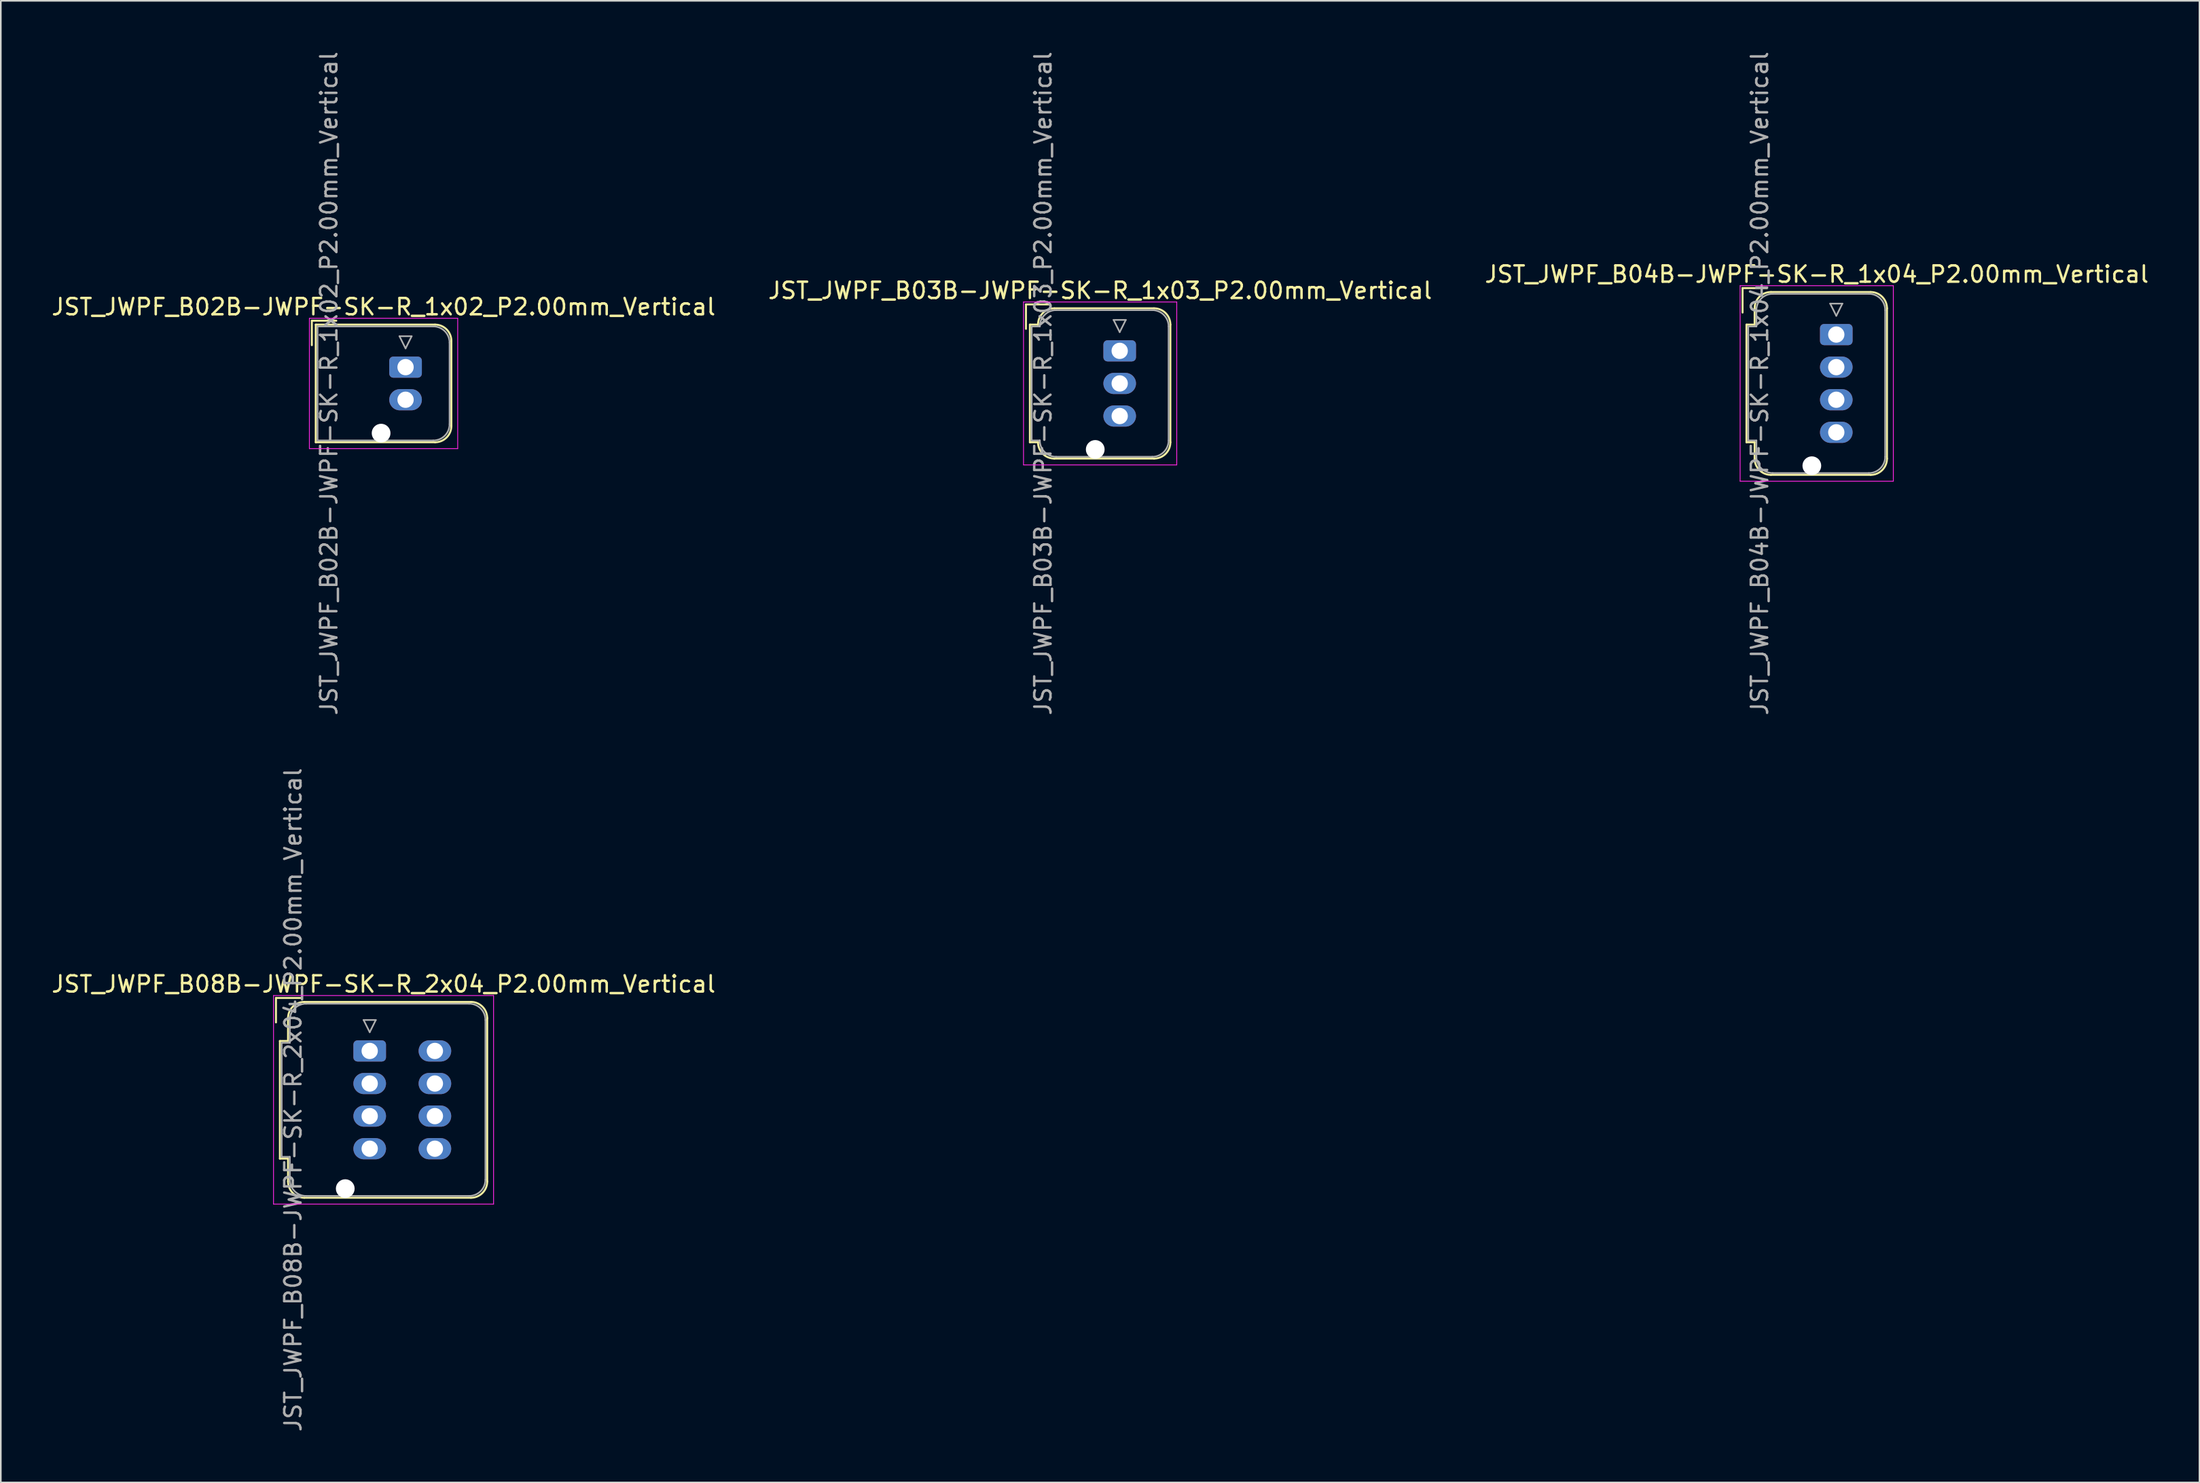
<source format=kicad_pcb>
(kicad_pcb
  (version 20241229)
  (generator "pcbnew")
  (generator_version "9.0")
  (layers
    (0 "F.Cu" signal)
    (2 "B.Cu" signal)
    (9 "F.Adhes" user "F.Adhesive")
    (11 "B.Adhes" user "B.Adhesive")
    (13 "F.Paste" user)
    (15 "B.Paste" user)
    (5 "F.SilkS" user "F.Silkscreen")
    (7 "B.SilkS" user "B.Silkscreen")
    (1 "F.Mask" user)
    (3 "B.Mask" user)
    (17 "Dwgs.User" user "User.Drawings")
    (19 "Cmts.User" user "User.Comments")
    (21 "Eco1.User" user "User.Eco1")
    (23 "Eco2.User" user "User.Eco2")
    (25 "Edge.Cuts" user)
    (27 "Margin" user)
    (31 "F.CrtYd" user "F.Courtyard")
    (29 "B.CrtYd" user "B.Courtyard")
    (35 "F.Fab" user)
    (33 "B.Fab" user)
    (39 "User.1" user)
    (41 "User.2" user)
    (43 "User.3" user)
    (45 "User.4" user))
  (footprint "JST_JWPF_B08B-JWPF-SK-R_2x04_P2.00mm_Vertical"
    (layer "F.Cu")
    (at 19.632 61.446)
    (property "Reference" "JST_JWPF_B08B-JWPF-SK-R_2x04_P2.00mm_Vertical" (at 0.85 -4.1 0) (layer "F.SilkS") (effects (font (size 1 1) (thickness 0.15))))
    (attr through_hole)
    (fp_line (start -5.75 -3.25) (end -4.25 -3.25) (stroke (width 0.12) (type solid)) (layer "F.SilkS"))
    (fp_line (start -5.75 -1.75) (end -5.75 -3.25) (stroke (width 0.12) (type solid)) (layer "F.SilkS"))
    (fp_line (start -5.51 -0.61) (end -5.51 6.61) (stroke (width 0.12) (type solid)) (layer "F.SilkS"))
    (fp_line (start -5.51 6.61) (end -5.01 6.61) (stroke (width 0.12) (type solid)) (layer "F.SilkS"))
    (fp_line (start -5.01 -2.01) (end -5.01 -0.61) (stroke (width 0.12) (type solid)) (layer "F.SilkS"))
    (fp_line (start -5.01 -0.61) (end -5.51 -0.61) (stroke (width 0.12) (type solid)) (layer "F.SilkS"))
    (fp_line (start -5.01 6.61) (end -5.01 8.01) (stroke (width 0.12) (type solid)) (layer "F.SilkS"))
    (fp_line (start -4.01 -3.01) (end 6.21 -3.01) (stroke (width 0.12) (type solid)) (layer "F.SilkS"))
    (fp_line (start -4.01 9.01) (end 6.21 9.01) (stroke (width 0.12) (type solid)) (layer "F.SilkS"))
    (fp_line (start 7.21 -2.01) (end 7.21 8.01) (stroke (width 0.12) (type solid)) (layer "F.SilkS"))
    (fp_arc (start -5.01 -2.01) (mid -4.717107 -2.717107) (end -4.01 -3.01) (stroke (width 0.12) (type solid)) (layer "F.SilkS"))
    (fp_arc (start -4.01 9.01) (mid -4.717107 8.717107) (end -5.01 8.01) (stroke (width 0.12) (type solid)) (layer "F.SilkS"))
    (fp_arc (start 6.21 -3.01) (mid 6.917107 -2.717107) (end 7.21 -2.01) (stroke (width 0.12) (type solid)) (layer "F.SilkS"))
    (fp_arc (start 7.21 8.01) (mid 6.917107 8.717107) (end 6.21 9.01) (stroke (width 0.12) (type solid)) (layer "F.SilkS"))
    (fp_line (start -5.9 -3.4) (end -5.9 9.4) (stroke (width 0.05) (type solid)) (layer "F.CrtYd"))
    (fp_line (start -5.9 9.4) (end 7.6 9.4) (stroke (width 0.05) (type solid)) (layer "F.CrtYd"))
    (fp_line (start 7.6 -3.4) (end -5.9 -3.4) (stroke (width 0.05) (type solid)) (layer "F.CrtYd"))
    (fp_line (start 7.6 9.4) (end 7.6 -3.4) (stroke (width 0.05) (type solid)) (layer "F.CrtYd"))
    (fp_line (start -5.4 -0.5) (end -5.4 6.5) (stroke (width 0.1) (type solid)) (layer "F.Fab"))
    (fp_line (start -5.4 6.5) (end -4.9 6.5) (stroke (width 0.1) (type solid)) (layer "F.Fab"))
    (fp_line (start -4.9 -1.9) (end -4.9 -0.5) (stroke (width 0.1) (type solid)) (layer "F.Fab"))
    (fp_line (start -4.9 -0.5) (end -5.4 -0.5) (stroke (width 0.1) (type solid)) (layer "F.Fab"))
    (fp_line (start -4.9 6.5) (end -4.9 7.9) (stroke (width 0.1) (type solid)) (layer "F.Fab"))
    (fp_line (start -3.9 -2.9) (end 6.1 -2.9) (stroke (width 0.1) (type solid)) (layer "F.Fab"))
    (fp_line (start -3.9 8.9) (end 6.1 8.9) (stroke (width 0.1) (type solid)) (layer "F.Fab"))
    (fp_line (start -0.375 -1.9) (end 0.375 -1.9) (stroke (width 0.1) (type solid)) (layer "F.Fab"))
    (fp_line (start 0 -1.15) (end -0.375 -1.9) (stroke (width 0.1) (type solid)) (layer "F.Fab"))
    (fp_line (start 0.375 -1.9) (end 0 -1.15) (stroke (width 0.1) (type solid)) (layer "F.Fab"))
    (fp_line (start 7.1 -1.9) (end 7.1 7.9) (stroke (width 0.1) (type solid)) (layer "F.Fab"))
    (fp_arc (start -4.9 -1.9) (mid -4.607107 -2.607107) (end -3.9 -2.9) (stroke (width 0.1) (type solid)) (layer "F.Fab"))
    (fp_arc (start -3.9 8.9) (mid -4.607107 8.607107) (end -4.9 7.9) (stroke (width 0.1) (type solid)) (layer "F.Fab"))
    (fp_arc (start 6.1 -2.9) (mid 6.807107 -2.607107) (end 7.1 -1.9) (stroke (width 0.1) (type solid)) (layer "F.Fab"))
    (fp_arc (start 7.1 7.9) (mid 6.807107 8.607107) (end 6.1 8.9) (stroke (width 0.1) (type solid)) (layer "F.Fab"))
    (fp_text user "${REFERENCE}" (at -4.7 3 90) (layer "F.Fab") (effects (font (size 1 1) (thickness 0.15))))
    (pad "" np_thru_hole circle (at -1.5 8.45) (size 1.15 1.15) (drill 1.15) (layers "*.Cu" "*.Mask"))
    (pad "1" thru_hole roundrect (at 0 0) (size 2 1.3) (drill 1) (layers "*.Cu" "*.Mask") (roundrect_rratio 0.192))
    (pad "2" thru_hole oval (at 0 2) (size 2 1.3) (drill 1) (layers "*.Cu" "*.Mask"))
    (pad "3" thru_hole oval (at 0 4) (size 2 1.3) (drill 1) (layers "*.Cu" "*.Mask"))
    (pad "4" thru_hole oval (at 0 6) (size 2 1.3) (drill 1) (layers "*.Cu" "*.Mask"))
    (pad "5" thru_hole oval (at 4 0) (size 2 1.3) (drill 1) (layers "*.Cu" "*.Mask"))
    (pad "6" thru_hole oval (at 4 2) (size 2 1.3) (drill 1) (layers "*.Cu" "*.Mask"))
    (pad "7" thru_hole oval (at 4 4) (size 2 1.3) (drill 1) (layers "*.Cu" "*.Mask"))
    (pad "8" thru_hole oval (at 4 6) (size 2 1.3) (drill 1) (layers "*.Cu" "*.Mask")))
  (footprint "JST_JWPF_B02B-JWPF-SK-R_1x02_P2.00mm_Vertical"
    (layer "F.Cu")
    (at 21.832 19.482)
    (property "Reference" "JST_JWPF_B02B-JWPF-SK-R_1x02_P2.00mm_Vertical" (at -1.35 -3.7 0) (layer "F.SilkS") (effects (font (size 1 1) (thickness 0.15))))
    (attr through_hole)
    (fp_line (start -5.75 -2.85) (end -4.25 -2.85) (stroke (width 0.12) (type solid)) (layer "F.SilkS"))
    (fp_line (start -5.75 -1.35) (end -5.75 -2.85) (stroke (width 0.12) (type solid)) (layer "F.SilkS"))
    (fp_line (start -5.51 -2.61) (end -5.51 4.61) (stroke (width 0.12) (type solid)) (layer "F.SilkS"))
    (fp_line (start -5.51 4.61) (end 1.81 4.61) (stroke (width 0.12) (type solid)) (layer "F.SilkS"))
    (fp_line (start 1.81 -2.61) (end -5.51 -2.61) (stroke (width 0.12) (type solid)) (layer "F.SilkS"))
    (fp_line (start 2.81 -1.61) (end 2.81 3.61) (stroke (width 0.12) (type solid)) (layer "F.SilkS"))
    (fp_arc (start 1.81 -2.61) (mid 2.517107 -2.317107) (end 2.81 -1.61) (stroke (width 0.12) (type solid)) (layer "F.SilkS"))
    (fp_arc (start 2.81 3.61) (mid 2.517107 4.317107) (end 1.81 4.61) (stroke (width 0.12) (type solid)) (layer "F.SilkS"))
    (fp_line (start -5.9 -3) (end -5.9 5) (stroke (width 0.05) (type solid)) (layer "F.CrtYd"))
    (fp_line (start -5.9 5) (end 3.2 5) (stroke (width 0.05) (type solid)) (layer "F.CrtYd"))
    (fp_line (start 3.2 -3) (end -5.9 -3) (stroke (width 0.05) (type solid)) (layer "F.CrtYd"))
    (fp_line (start 3.2 5) (end 3.2 -3) (stroke (width 0.05) (type solid)) (layer "F.CrtYd"))
    (fp_line (start -5.4 -2.5) (end -5.4 4.5) (stroke (width 0.1) (type solid)) (layer "F.Fab"))
    (fp_line (start -5.4 4.5) (end 1.7 4.5) (stroke (width 0.1) (type solid)) (layer "F.Fab"))
    (fp_line (start -0.375 -1.9) (end 0.375 -1.9) (stroke (width 0.1) (type solid)) (layer "F.Fab"))
    (fp_line (start 0 -1.15) (end -0.375 -1.9) (stroke (width 0.1) (type solid)) (layer "F.Fab"))
    (fp_line (start 0.375 -1.9) (end 0 -1.15) (stroke (width 0.1) (type solid)) (layer "F.Fab"))
    (fp_line (start 1.7 -2.5) (end -5.4 -2.5) (stroke (width 0.1) (type solid)) (layer "F.Fab"))
    (fp_line (start 2.7 -1.5) (end 2.7 3.5) (stroke (width 0.1) (type solid)) (layer "F.Fab"))
    (fp_arc (start 1.7 -2.5) (mid 2.407107 -2.207107) (end 2.7 -1.5) (stroke (width 0.1) (type solid)) (layer "F.Fab"))
    (fp_arc (start 2.7 3.5) (mid 2.407107 4.207107) (end 1.7 4.5) (stroke (width 0.1) (type solid)) (layer "F.Fab"))
    (fp_text user "${REFERENCE}" (at -4.7 1 90) (layer "F.Fab") (effects (font (size 1 1) (thickness 0.15))))
    (pad "" np_thru_hole circle (at -1.5 4.05) (size 1.15 1.15) (drill 1.15) (layers "*.Cu" "*.Mask"))
    (pad "1" thru_hole roundrect (at 0 0) (size 2 1.3) (drill 1) (layers "*.Cu" "*.Mask") (roundrect_rratio 0.192))
    (pad "2" thru_hole oval (at 0 2) (size 2 1.3) (drill 1) (layers "*.Cu" "*.Mask")))
  (footprint "JST_JWPF_B04B-JWPF-SK-R_1x04_P2.00mm_Vertical"
    (layer "F.Cu")
    (at 109.611 17.482)
    (property "Reference" "JST_JWPF_B04B-JWPF-SK-R_1x04_P2.00mm_Vertical" (at -1.2 -3.7 0) (layer "F.SilkS") (effects (font (size 1 1) (thickness 0.15))))
    (attr through_hole)
    (fp_line (start -5.75 -2.85) (end -4.25 -2.85) (stroke (width 0.12) (type solid)) (layer "F.SilkS"))
    (fp_line (start -5.75 -1.35) (end -5.75 -2.85) (stroke (width 0.12) (type solid)) (layer "F.SilkS"))
    (fp_line (start -5.51 -0.61) (end -5.51 6.61) (stroke (width 0.12) (type solid)) (layer "F.SilkS"))
    (fp_line (start -5.51 6.61) (end -5.01 6.61) (stroke (width 0.12) (type solid)) (layer "F.SilkS"))
    (fp_line (start -5.01 -1.61) (end -5.01 -0.61) (stroke (width 0.12) (type solid)) (layer "F.SilkS"))
    (fp_line (start -5.01 -0.61) (end -5.51 -0.61) (stroke (width 0.12) (type solid)) (layer "F.SilkS"))
    (fp_line (start -5.01 6.61) (end -5.01 7.61) (stroke (width 0.12) (type solid)) (layer "F.SilkS"))
    (fp_line (start -4.01 -2.61) (end 2.11 -2.61) (stroke (width 0.12) (type solid)) (layer "F.SilkS"))
    (fp_line (start -4.01 8.61) (end 2.11 8.61) (stroke (width 0.12) (type solid)) (layer "F.SilkS"))
    (fp_line (start 3.11 -1.61) (end 3.11 7.61) (stroke (width 0.12) (type solid)) (layer "F.SilkS"))
    (fp_arc (start -5.01 -1.61) (mid -4.717107 -2.317107) (end -4.01 -2.61) (stroke (width 0.12) (type solid)) (layer "F.SilkS"))
    (fp_arc (start -4.01 8.61) (mid -4.717107 8.317107) (end -5.01 7.61) (stroke (width 0.12) (type solid)) (layer "F.SilkS"))
    (fp_arc (start 2.11 -2.61) (mid 2.817107 -2.317107) (end 3.11 -1.61) (stroke (width 0.12) (type solid)) (layer "F.SilkS"))
    (fp_arc (start 3.11 7.61) (mid 2.817107 8.317107) (end 2.11 8.61) (stroke (width 0.12) (type solid)) (layer "F.SilkS"))
    (fp_line (start -5.9 -3) (end -5.9 9) (stroke (width 0.05) (type solid)) (layer "F.CrtYd"))
    (fp_line (start -5.9 9) (end 3.5 9) (stroke (width 0.05) (type solid)) (layer "F.CrtYd"))
    (fp_line (start 3.5 -3) (end -5.9 -3) (stroke (width 0.05) (type solid)) (layer "F.CrtYd"))
    (fp_line (start 3.5 9) (end 3.5 -3) (stroke (width 0.05) (type solid)) (layer "F.CrtYd"))
    (fp_line (start -5.4 -0.5) (end -5.4 6.5) (stroke (width 0.1) (type solid)) (layer "F.Fab"))
    (fp_line (start -5.4 6.5) (end -4.9 6.5) (stroke (width 0.1) (type solid)) (layer "F.Fab"))
    (fp_line (start -4.9 -1.5) (end -4.9 -0.5) (stroke (width 0.1) (type solid)) (layer "F.Fab"))
    (fp_line (start -4.9 -0.5) (end -5.4 -0.5) (stroke (width 0.1) (type solid)) (layer "F.Fab"))
    (fp_line (start -4.9 6.5) (end -4.9 7.5) (stroke (width 0.1) (type solid)) (layer "F.Fab"))
    (fp_line (start -3.9 -2.5) (end 2 -2.5) (stroke (width 0.1) (type solid)) (layer "F.Fab"))
    (fp_line (start -3.9 8.5) (end 2 8.5) (stroke (width 0.1) (type solid)) (layer "F.Fab"))
    (fp_line (start -0.375 -1.9) (end 0.375 -1.9) (stroke (width 0.1) (type solid)) (layer "F.Fab"))
    (fp_line (start 0 -1.15) (end -0.375 -1.9) (stroke (width 0.1) (type solid)) (layer "F.Fab"))
    (fp_line (start 0.375 -1.9) (end 0 -1.15) (stroke (width 0.1) (type solid)) (layer "F.Fab"))
    (fp_line (start 3 -1.5) (end 3 7.5) (stroke (width 0.1) (type solid)) (layer "F.Fab"))
    (fp_arc (start -4.9 -1.5) (mid -4.607107 -2.207107) (end -3.9 -2.5) (stroke (width 0.1) (type solid)) (layer "F.Fab"))
    (fp_arc (start -3.9 8.5) (mid -4.607107 8.207107) (end -4.9 7.5) (stroke (width 0.1) (type solid)) (layer "F.Fab"))
    (fp_arc (start 2 -2.5) (mid 2.707107 -2.207107) (end 3 -1.5) (stroke (width 0.1) (type solid)) (layer "F.Fab"))
    (fp_arc (start 3 7.5) (mid 2.707107 8.207107) (end 2 8.5) (stroke (width 0.1) (type solid)) (layer "F.Fab"))
    (fp_text user "${REFERENCE}" (at -4.7 3 90) (layer "F.Fab") (effects (font (size 1 1) (thickness 0.15))))
    (pad "" np_thru_hole circle (at -1.5 8.05) (size 1.15 1.15) (drill 1.15) (layers "*.Cu" "*.Mask"))
    (pad "1" thru_hole roundrect (at 0 0) (size 2 1.3) (drill 1) (layers "*.Cu" "*.Mask") (roundrect_rratio 0.192))
    (pad "2" thru_hole oval (at 0 2) (size 2 1.3) (drill 1) (layers "*.Cu" "*.Mask"))
    (pad "3" thru_hole oval (at 0 4) (size 2 1.3) (drill 1) (layers "*.Cu" "*.Mask"))
    (pad "4" thru_hole oval (at 0 6) (size 2 1.3) (drill 1) (layers "*.Cu" "*.Mask")))
  (footprint "JST_JWPF_B03B-JWPF-SK-R_1x03_P2.00mm_Vertical"
    (layer "F.Cu")
    (at 65.646 18.482)
    (property "Reference" "JST_JWPF_B03B-JWPF-SK-R_1x03_P2.00mm_Vertical" (at -1.2 -3.7 0) (layer "F.SilkS") (effects (font (size 1 1) (thickness 0.15))))
    (attr through_hole)
    (fp_line (start -5.75 -2.85) (end -4.25 -2.85) (stroke (width 0.12) (type solid)) (layer "F.SilkS"))
    (fp_line (start -5.75 -1.35) (end -5.75 -2.85) (stroke (width 0.12) (type solid)) (layer "F.SilkS"))
    (fp_line (start -5.51 -1.61) (end -5.51 5.61) (stroke (width 0.12) (type solid)) (layer "F.SilkS"))
    (fp_line (start -5.51 5.61) (end -5.01 5.61) (stroke (width 0.12) (type solid)) (layer "F.SilkS"))
    (fp_line (start -5.01 -1.61) (end -5.51 -1.61) (stroke (width 0.12) (type solid)) (layer "F.SilkS"))
    (fp_line (start -5.01 -1.61) (end -5.01 -1.61) (stroke (width 0.12) (type solid)) (layer "F.SilkS"))
    (fp_line (start -5.01 5.61) (end -5.01 5.61) (stroke (width 0.12) (type solid)) (layer "F.SilkS"))
    (fp_line (start -4.01 -2.61) (end 2.11 -2.61) (stroke (width 0.12) (type solid)) (layer "F.SilkS"))
    (fp_line (start -4.01 6.61) (end 2.11 6.61) (stroke (width 0.12) (type solid)) (layer "F.SilkS"))
    (fp_line (start 3.11 -1.61) (end 3.11 5.61) (stroke (width 0.12) (type solid)) (layer "F.SilkS"))
    (fp_arc (start -5.01 -1.61) (mid -4.717107 -2.317107) (end -4.01 -2.61) (stroke (width 0.12) (type solid)) (layer "F.SilkS"))
    (fp_arc (start -4.01 6.61) (mid -4.717107 6.317107) (end -5.01 5.61) (stroke (width 0.12) (type solid)) (layer "F.SilkS"))
    (fp_arc (start 2.11 -2.61) (mid 2.817107 -2.317107) (end 3.11 -1.61) (stroke (width 0.12) (type solid)) (layer "F.SilkS"))
    (fp_arc (start 3.11 5.61) (mid 2.817107 6.317107) (end 2.11 6.61) (stroke (width 0.12) (type solid)) (layer "F.SilkS"))
    (fp_line (start -5.9 -3) (end -5.9 7) (stroke (width 0.05) (type solid)) (layer "F.CrtYd"))
    (fp_line (start -5.9 7) (end 3.5 7) (stroke (width 0.05) (type solid)) (layer "F.CrtYd"))
    (fp_line (start 3.5 -3) (end -5.9 -3) (stroke (width 0.05) (type solid)) (layer "F.CrtYd"))
    (fp_line (start 3.5 7) (end 3.5 -3) (stroke (width 0.05) (type solid)) (layer "F.CrtYd"))
    (fp_line (start -5.4 -1.5) (end -5.4 5.5) (stroke (width 0.1) (type solid)) (layer "F.Fab"))
    (fp_line (start -5.4 5.5) (end -4.9 5.5) (stroke (width 0.1) (type solid)) (layer "F.Fab"))
    (fp_line (start -4.9 -1.5) (end -5.4 -1.5) (stroke (width 0.1) (type solid)) (layer "F.Fab"))
    (fp_line (start -4.9 -1.5) (end -4.9 -1.5) (stroke (width 0.1) (type solid)) (layer "F.Fab"))
    (fp_line (start -4.9 5.5) (end -4.9 5.5) (stroke (width 0.1) (type solid)) (layer "F.Fab"))
    (fp_line (start -3.9 -2.5) (end 2 -2.5) (stroke (width 0.1) (type solid)) (layer "F.Fab"))
    (fp_line (start -3.9 6.5) (end 2 6.5) (stroke (width 0.1) (type solid)) (layer "F.Fab"))
    (fp_line (start -0.375 -1.9) (end 0.375 -1.9) (stroke (width 0.1) (type solid)) (layer "F.Fab"))
    (fp_line (start 0 -1.15) (end -0.375 -1.9) (stroke (width 0.1) (type solid)) (layer "F.Fab"))
    (fp_line (start 0.375 -1.9) (end 0 -1.15) (stroke (width 0.1) (type solid)) (layer "F.Fab"))
    (fp_line (start 3 -1.5) (end 3 5.5) (stroke (width 0.1) (type solid)) (layer "F.Fab"))
    (fp_arc (start -4.9 -1.5) (mid -4.607107 -2.207107) (end -3.9 -2.5) (stroke (width 0.1) (type solid)) (layer "F.Fab"))
    (fp_arc (start -3.9 6.5) (mid -4.607107 6.207107) (end -4.9 5.5) (stroke (width 0.1) (type solid)) (layer "F.Fab"))
    (fp_arc (start 2 -2.5) (mid 2.707107 -2.207107) (end 3 -1.5) (stroke (width 0.1) (type solid)) (layer "F.Fab"))
    (fp_arc (start 3 5.5) (mid 2.707107 6.207107) (end 2 6.5) (stroke (width 0.1) (type solid)) (layer "F.Fab"))
    (fp_text user "${REFERENCE}" (at -4.7 2 90) (layer "F.Fab") (effects (font (size 1 1) (thickness 0.15))))
    (pad "" np_thru_hole circle (at -1.5 6.05) (size 1.15 1.15) (drill 1.15) (layers "*.Cu" "*.Mask"))
    (pad "1" thru_hole roundrect (at 0 0) (size 2 1.3) (drill 1) (layers "*.Cu" "*.Mask") (roundrect_rratio 0.192))
    (pad "2" thru_hole oval (at 0 2) (size 2 1.3) (drill 1) (layers "*.Cu" "*.Mask"))
    (pad "3" thru_hole oval (at 0 4) (size 2 1.3) (drill 1) (layers "*.Cu" "*.Mask")))
  (gr_rect
    (start -3 -3)
    (end 131.893 87.929)
    (stroke (width 0.1) (type default))
    (fill no)
    (layer "Edge.Cuts")))
</source>
